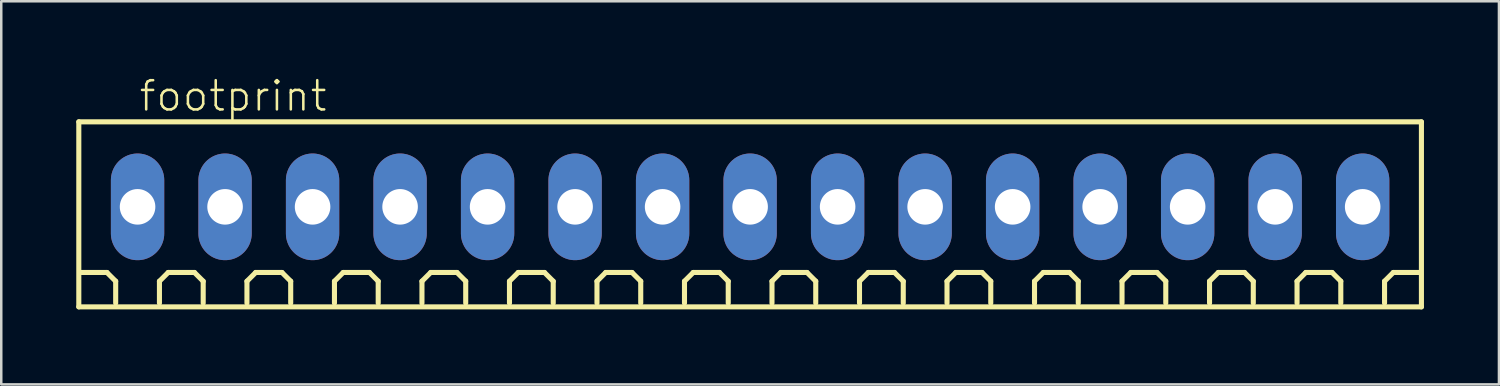
<source format=kicad_pcb>
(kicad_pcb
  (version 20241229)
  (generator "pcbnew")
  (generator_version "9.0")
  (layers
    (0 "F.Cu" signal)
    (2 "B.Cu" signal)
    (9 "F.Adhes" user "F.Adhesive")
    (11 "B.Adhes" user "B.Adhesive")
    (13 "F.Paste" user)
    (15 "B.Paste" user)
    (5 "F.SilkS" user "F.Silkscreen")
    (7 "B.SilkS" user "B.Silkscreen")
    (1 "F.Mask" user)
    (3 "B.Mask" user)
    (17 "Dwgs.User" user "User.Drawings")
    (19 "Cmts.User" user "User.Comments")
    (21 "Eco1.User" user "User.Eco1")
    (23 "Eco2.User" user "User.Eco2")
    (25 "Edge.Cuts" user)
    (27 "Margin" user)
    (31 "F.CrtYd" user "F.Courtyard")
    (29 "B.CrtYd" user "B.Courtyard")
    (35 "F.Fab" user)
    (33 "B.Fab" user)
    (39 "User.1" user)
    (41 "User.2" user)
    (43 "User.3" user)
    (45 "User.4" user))
  (footprint "footprint"
    (layer "F.Cu")
    (at 26.952 5.223)
    (property "Reference" "footprint" (at -24.5 -3.75 0) (layer "F.SilkS") (effects (font (size 1.168 1.168) (thickness 0.102)) (justify left bottom)))
    (fp_line (start -26.85 -3.4) (end 26.85 -3.4) (stroke (width 0.203) (type solid)) (layer "F.SilkS"))
    (fp_line (start -26.85 4) (end -26.85 -3.4) (stroke (width 0.203) (type solid)) (layer "F.SilkS"))
    (fp_line (start -25.725 2.625) (end -26.775 2.625) (stroke (width 0.203) (type solid)) (layer "F.SilkS"))
    (fp_line (start -25.375 2.975) (end -25.725 2.625) (stroke (width 0.203) (type solid)) (layer "F.SilkS"))
    (fp_line (start -25.375 3.85) (end -25.375 2.975) (stroke (width 0.203) (type solid)) (layer "F.SilkS"))
    (fp_line (start -23.625 2.975) (end -23.275 2.625) (stroke (width 0.203) (type solid)) (layer "F.SilkS"))
    (fp_line (start -23.625 3.85) (end -23.625 2.975) (stroke (width 0.203) (type solid)) (layer "F.SilkS"))
    (fp_line (start -23.275 2.625) (end -22.225 2.625) (stroke (width 0.203) (type solid)) (layer "F.SilkS"))
    (fp_line (start -22.225 2.625) (end -21.875 2.975) (stroke (width 0.203) (type solid)) (layer "F.SilkS"))
    (fp_line (start -21.875 2.975) (end -21.875 3.85) (stroke (width 0.203) (type solid)) (layer "F.SilkS"))
    (fp_line (start -20.125 2.975) (end -19.775 2.625) (stroke (width 0.203) (type solid)) (layer "F.SilkS"))
    (fp_line (start -20.125 3.85) (end -20.125 2.975) (stroke (width 0.203) (type solid)) (layer "F.SilkS"))
    (fp_line (start -19.775 2.625) (end -18.725 2.625) (stroke (width 0.203) (type solid)) (layer "F.SilkS"))
    (fp_line (start -18.725 2.625) (end -18.375 2.975) (stroke (width 0.203) (type solid)) (layer "F.SilkS"))
    (fp_line (start -18.375 2.975) (end -18.375 3.85) (stroke (width 0.203) (type solid)) (layer "F.SilkS"))
    (fp_line (start -16.625 2.975) (end -16.275 2.625) (stroke (width 0.203) (type solid)) (layer "F.SilkS"))
    (fp_line (start -16.625 3.85) (end -16.625 2.975) (stroke (width 0.203) (type solid)) (layer "F.SilkS"))
    (fp_line (start -16.275 2.625) (end -15.225 2.625) (stroke (width 0.203) (type solid)) (layer "F.SilkS"))
    (fp_line (start -15.225 2.625) (end -14.875 2.975) (stroke (width 0.203) (type solid)) (layer "F.SilkS"))
    (fp_line (start -14.875 2.975) (end -14.875 3.85) (stroke (width 0.203) (type solid)) (layer "F.SilkS"))
    (fp_line (start -13.125 2.975) (end -12.775 2.625) (stroke (width 0.203) (type solid)) (layer "F.SilkS"))
    (fp_line (start -13.125 3.85) (end -13.125 2.975) (stroke (width 0.203) (type solid)) (layer "F.SilkS"))
    (fp_line (start -12.775 2.625) (end -11.725 2.625) (stroke (width 0.203) (type solid)) (layer "F.SilkS"))
    (fp_line (start -11.725 2.625) (end -11.375 2.975) (stroke (width 0.203) (type solid)) (layer "F.SilkS"))
    (fp_line (start -11.375 2.975) (end -11.375 3.85) (stroke (width 0.203) (type solid)) (layer "F.SilkS"))
    (fp_line (start -9.625 2.975) (end -9.275 2.625) (stroke (width 0.203) (type solid)) (layer "F.SilkS"))
    (fp_line (start -9.625 3.85) (end -9.625 2.975) (stroke (width 0.203) (type solid)) (layer "F.SilkS"))
    (fp_line (start -9.275 2.625) (end -8.225 2.625) (stroke (width 0.203) (type solid)) (layer "F.SilkS"))
    (fp_line (start -8.225 2.625) (end -7.875 2.975) (stroke (width 0.203) (type solid)) (layer "F.SilkS"))
    (fp_line (start -7.875 2.975) (end -7.875 3.85) (stroke (width 0.203) (type solid)) (layer "F.SilkS"))
    (fp_line (start -6.125 2.975) (end -5.775 2.625) (stroke (width 0.203) (type solid)) (layer "F.SilkS"))
    (fp_line (start -6.125 3.85) (end -6.125 2.975) (stroke (width 0.203) (type solid)) (layer "F.SilkS"))
    (fp_line (start -5.775 2.625) (end -4.725 2.625) (stroke (width 0.203) (type solid)) (layer "F.SilkS"))
    (fp_line (start -4.725 2.625) (end -4.375 2.975) (stroke (width 0.203) (type solid)) (layer "F.SilkS"))
    (fp_line (start -4.375 2.975) (end -4.375 3.85) (stroke (width 0.203) (type solid)) (layer "F.SilkS"))
    (fp_line (start -2.625 2.975) (end -2.275 2.625) (stroke (width 0.203) (type solid)) (layer "F.SilkS"))
    (fp_line (start -2.625 3.85) (end -2.625 2.975) (stroke (width 0.203) (type solid)) (layer "F.SilkS"))
    (fp_line (start -2.275 2.625) (end -1.225 2.625) (stroke (width 0.203) (type solid)) (layer "F.SilkS"))
    (fp_line (start -1.225 2.625) (end -0.875 2.975) (stroke (width 0.203) (type solid)) (layer "F.SilkS"))
    (fp_line (start -0.875 2.975) (end -0.875 3.85) (stroke (width 0.203) (type solid)) (layer "F.SilkS"))
    (fp_line (start 0.875 2.975) (end 1.225 2.625) (stroke (width 0.203) (type solid)) (layer "F.SilkS"))
    (fp_line (start 0.875 3.85) (end 0.875 2.975) (stroke (width 0.203) (type solid)) (layer "F.SilkS"))
    (fp_line (start 1.225 2.625) (end 2.275 2.625) (stroke (width 0.203) (type solid)) (layer "F.SilkS"))
    (fp_line (start 2.275 2.625) (end 2.625 2.975) (stroke (width 0.203) (type solid)) (layer "F.SilkS"))
    (fp_line (start 2.625 2.975) (end 2.625 3.85) (stroke (width 0.203) (type solid)) (layer "F.SilkS"))
    (fp_line (start 4.375 2.975) (end 4.725 2.625) (stroke (width 0.203) (type solid)) (layer "F.SilkS"))
    (fp_line (start 4.375 3.85) (end 4.375 2.975) (stroke (width 0.203) (type solid)) (layer "F.SilkS"))
    (fp_line (start 4.725 2.625) (end 5.775 2.625) (stroke (width 0.203) (type solid)) (layer "F.SilkS"))
    (fp_line (start 5.775 2.625) (end 6.125 2.975) (stroke (width 0.203) (type solid)) (layer "F.SilkS"))
    (fp_line (start 6.125 2.975) (end 6.125 3.85) (stroke (width 0.203) (type solid)) (layer "F.SilkS"))
    (fp_line (start 7.875 2.975) (end 8.225 2.625) (stroke (width 0.203) (type solid)) (layer "F.SilkS"))
    (fp_line (start 7.875 3.85) (end 7.875 2.975) (stroke (width 0.203) (type solid)) (layer "F.SilkS"))
    (fp_line (start 8.225 2.625) (end 9.275 2.625) (stroke (width 0.203) (type solid)) (layer "F.SilkS"))
    (fp_line (start 9.275 2.625) (end 9.625 2.975) (stroke (width 0.203) (type solid)) (layer "F.SilkS"))
    (fp_line (start 9.625 2.975) (end 9.625 3.85) (stroke (width 0.203) (type solid)) (layer "F.SilkS"))
    (fp_line (start 11.375 2.975) (end 11.725 2.625) (stroke (width 0.203) (type solid)) (layer "F.SilkS"))
    (fp_line (start 11.375 3.85) (end 11.375 2.975) (stroke (width 0.203) (type solid)) (layer "F.SilkS"))
    (fp_line (start 11.725 2.625) (end 12.775 2.625) (stroke (width 0.203) (type solid)) (layer "F.SilkS"))
    (fp_line (start 12.775 2.625) (end 13.125 2.975) (stroke (width 0.203) (type solid)) (layer "F.SilkS"))
    (fp_line (start 13.125 2.975) (end 13.125 3.85) (stroke (width 0.203) (type solid)) (layer "F.SilkS"))
    (fp_line (start 14.875 2.975) (end 15.225 2.625) (stroke (width 0.203) (type solid)) (layer "F.SilkS"))
    (fp_line (start 14.875 3.85) (end 14.875 2.975) (stroke (width 0.203) (type solid)) (layer "F.SilkS"))
    (fp_line (start 15.225 2.625) (end 16.275 2.625) (stroke (width 0.203) (type solid)) (layer "F.SilkS"))
    (fp_line (start 16.275 2.625) (end 16.625 2.975) (stroke (width 0.203) (type solid)) (layer "F.SilkS"))
    (fp_line (start 16.625 2.975) (end 16.625 3.85) (stroke (width 0.203) (type solid)) (layer "F.SilkS"))
    (fp_line (start 18.375 2.975) (end 18.725 2.625) (stroke (width 0.203) (type solid)) (layer "F.SilkS"))
    (fp_line (start 18.375 3.85) (end 18.375 2.975) (stroke (width 0.203) (type solid)) (layer "F.SilkS"))
    (fp_line (start 18.725 2.625) (end 19.775 2.625) (stroke (width 0.203) (type solid)) (layer "F.SilkS"))
    (fp_line (start 19.775 2.625) (end 20.125 2.975) (stroke (width 0.203) (type solid)) (layer "F.SilkS"))
    (fp_line (start 20.125 2.975) (end 20.125 3.85) (stroke (width 0.203) (type solid)) (layer "F.SilkS"))
    (fp_line (start 21.875 2.975) (end 22.225 2.625) (stroke (width 0.203) (type solid)) (layer "F.SilkS"))
    (fp_line (start 21.875 3.85) (end 21.875 2.975) (stroke (width 0.203) (type solid)) (layer "F.SilkS"))
    (fp_line (start 22.225 2.625) (end 23.275 2.625) (stroke (width 0.203) (type solid)) (layer "F.SilkS"))
    (fp_line (start 23.275 2.625) (end 23.625 2.975) (stroke (width 0.203) (type solid)) (layer "F.SilkS"))
    (fp_line (start 23.625 2.975) (end 23.625 3.85) (stroke (width 0.203) (type solid)) (layer "F.SilkS"))
    (fp_line (start 25.375 2.975) (end 25.725 2.625) (stroke (width 0.203) (type solid)) (layer "F.SilkS"))
    (fp_line (start 25.375 3.85) (end 25.375 2.975) (stroke (width 0.203) (type solid)) (layer "F.SilkS"))
    (fp_line (start 26.775 2.625) (end 25.725 2.625) (stroke (width 0.203) (type solid)) (layer "F.SilkS"))
    (fp_line (start 26.85 -3.4) (end 26.85 4) (stroke (width 0.203) (type solid)) (layer "F.SilkS"))
    (fp_line (start 26.85 4) (end -26.85 4) (stroke (width 0.203) (type solid)) (layer "F.SilkS"))
    (pad "1" thru_hole oval (at -24.5 0 90) (size 4.267 2.134) (drill 1.422) (layers "*.Cu" "*.Mask"))
    (pad "2" thru_hole oval (at -21 0 90) (size 4.267 2.134) (drill 1.422) (layers "*.Cu" "*.Mask"))
    (pad "3" thru_hole oval (at -17.5 0 90) (size 4.267 2.134) (drill 1.422) (layers "*.Cu" "*.Mask"))
    (pad "4" thru_hole oval (at -14 0 90) (size 4.267 2.134) (drill 1.422) (layers "*.Cu" "*.Mask"))
    (pad "5" thru_hole oval (at -10.5 0 90) (size 4.267 2.134) (drill 1.422) (layers "*.Cu" "*.Mask"))
    (pad "6" thru_hole oval (at -7 0 90) (size 4.267 2.134) (drill 1.422) (layers "*.Cu" "*.Mask"))
    (pad "7" thru_hole oval (at -3.5 0 90) (size 4.267 2.134) (drill 1.422) (layers "*.Cu" "*.Mask"))
    (pad "8" thru_hole oval (at 0 0 90) (size 4.267 2.134) (drill 1.422) (layers "*.Cu" "*.Mask"))
    (pad "9" thru_hole oval (at 3.5 0 90) (size 4.267 2.134) (drill 1.422) (layers "*.Cu" "*.Mask"))
    (pad "10" thru_hole oval (at 7 0 90) (size 4.267 2.134) (drill 1.422) (layers "*.Cu" "*.Mask"))
    (pad "11" thru_hole oval (at 10.5 0 90) (size 4.267 2.134) (drill 1.422) (layers "*.Cu" "*.Mask"))
    (pad "12" thru_hole oval (at 14 0 90) (size 4.267 2.134) (drill 1.422) (layers "*.Cu" "*.Mask"))
    (pad "13" thru_hole oval (at 17.5 0 90) (size 4.267 2.134) (drill 1.422) (layers "*.Cu" "*.Mask"))
    (pad "14" thru_hole oval (at 21 0 90) (size 4.267 2.134) (drill 1.422) (layers "*.Cu" "*.Mask"))
    (pad "15" thru_hole oval (at 24.5 0 90) (size 4.267 2.134) (drill 1.422) (layers "*.Cu" "*.Mask")))
  (gr_rect
    (start -3 -3)
    (end 56.903 12.325)
    (stroke (width 0.1) (type default))
    (fill no)
    (layer "Edge.Cuts")))
</source>
